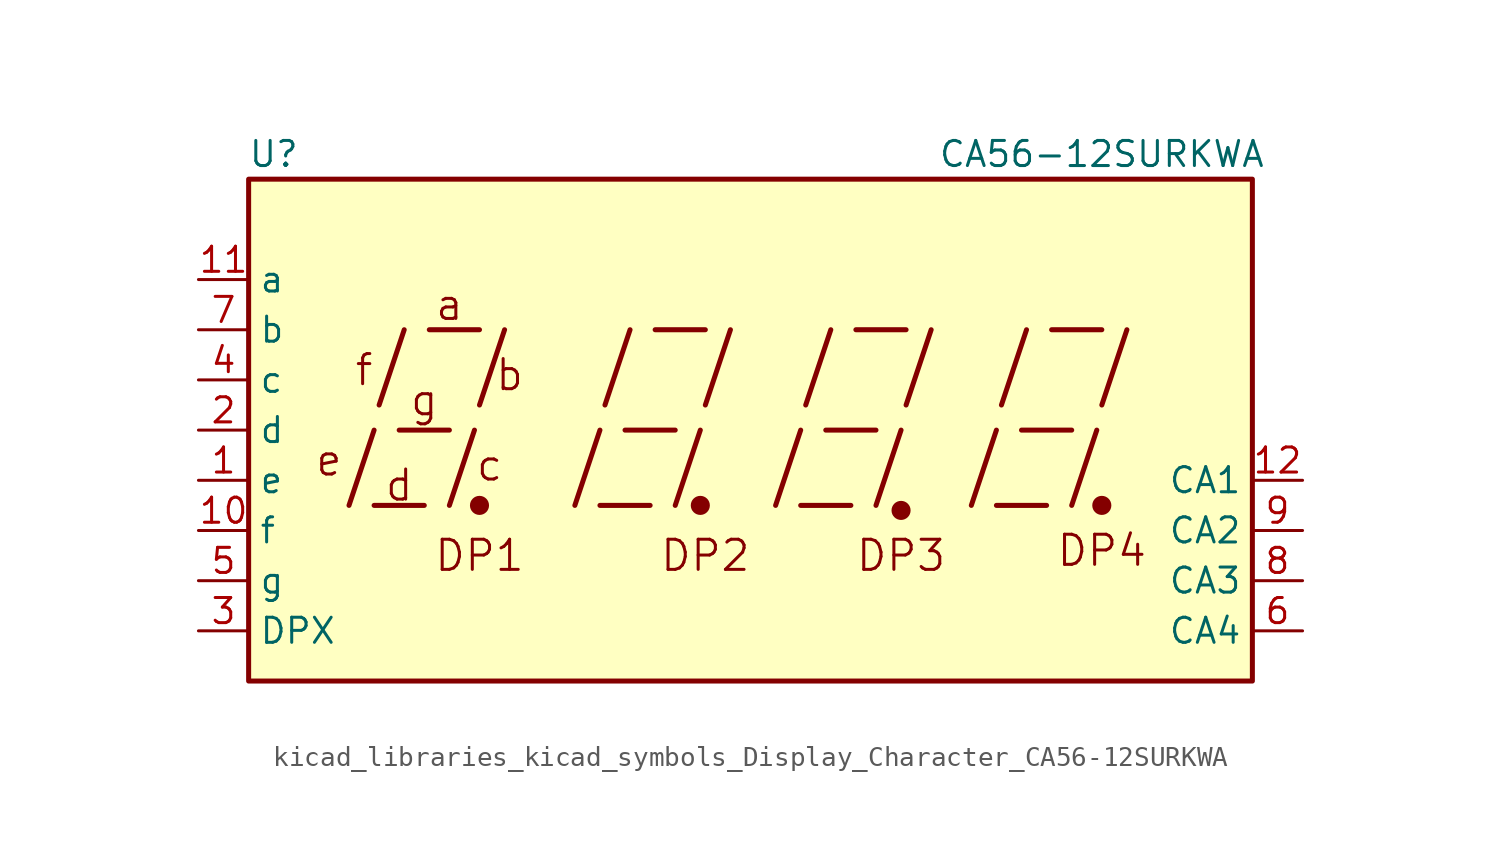
<source format=kicad_sym>
(kicad_symbol_lib
  (version 20220914)
  (generator kicad_symbol_editor)
  (symbol "kicad_libraries_kicad_symbols_Display_Character_CA56-12SURKWA"
    (property "Reference" "U"
      (at -24.13 13.97 0)
      (effects (font (size 1.27 1.27))))
    (property "Value" "CA56-12SURKWA"
      (at 17.78 13.97 0)
      (effects (font (size 1.27 1.27))))
    (symbol "kicad_libraries_kicad_symbols_Display_Character_CA56-12SURKWA_0_0"
      (rectangle (start -25.4 12.7) (end 25.4 -12.7) (stroke (width 0.254) (type default)) (fill (type background)))
      (polyline (pts (xy -20.32 -3.81) (xy -19.05 0)) (stroke (width 0.254) (type default)) (fill (type none)))
      (polyline (pts (xy -19.05 -3.81) (xy -16.51 -3.81)) (stroke (width 0.254) (type default)) (fill (type none)))
      (polyline (pts (xy -18.796 1.27) (xy -17.526 5.08)) (stroke (width 0.254) (type default)) (fill (type none)))
      (polyline (pts (xy -17.78 0) (xy -15.24 0)) (stroke (width 0.254) (type default)) (fill (type none)))
      (polyline (pts (xy -16.256 5.08) (xy -13.716 5.08)) (stroke (width 0.254) (type default)) (fill (type none)))
      (polyline (pts (xy -15.24 -3.81) (xy -13.97 0)) (stroke (width 0.254) (type default)) (fill (type none)))
      (polyline (pts (xy -13.716 1.27) (xy -12.446 5.08)) (stroke (width 0.254) (type default)) (fill (type none)))
      (polyline (pts (xy -8.89 -3.81) (xy -7.62 0)) (stroke (width 0.254) (type default)) (fill (type none)))
      (polyline (pts (xy -7.62 -3.81) (xy -5.08 -3.81)) (stroke (width 0.254) (type default)) (fill (type none)))
      (polyline (pts (xy -7.366 1.27) (xy -6.096 5.08)) (stroke (width 0.254) (type default)) (fill (type none)))
      (polyline (pts (xy -6.35 0) (xy -3.81 0)) (stroke (width 0.254) (type default)) (fill (type none)))
      (polyline (pts (xy -4.826 5.08) (xy -2.286 5.08)) (stroke (width 0.254) (type default)) (fill (type none)))
      (polyline (pts (xy -3.81 -3.81) (xy -2.54 0)) (stroke (width 0.254) (type default)) (fill (type none)))
      (polyline (pts (xy -2.286 1.27) (xy -1.016 5.08)) (stroke (width 0.254) (type default)) (fill (type none)))
      (polyline (pts (xy 1.27 -3.81) (xy 2.54 0)) (stroke (width 0.254) (type default)) (fill (type none)))
      (polyline (pts (xy 2.54 -3.81) (xy 5.08 -3.81)) (stroke (width 0.254) (type default)) (fill (type none)))
      (polyline (pts (xy 2.794 1.27) (xy 4.064 5.08)) (stroke (width 0.254) (type default)) (fill (type none)))
      (polyline (pts (xy 3.81 0) (xy 6.35 0)) (stroke (width 0.254) (type default)) (fill (type none)))
      (polyline (pts (xy 5.334 5.08) (xy 7.874 5.08)) (stroke (width 0.254) (type default)) (fill (type none)))
      (polyline (pts (xy 6.35 -3.81) (xy 7.62 0)) (stroke (width 0.254) (type default)) (fill (type none)))
      (polyline (pts (xy 7.874 1.27) (xy 9.144 5.08)) (stroke (width 0.254) (type default)) (fill (type none)))
      (polyline (pts (xy 11.176 -3.81) (xy 12.446 0)) (stroke (width 0.254) (type default)) (fill (type none)))
      (polyline (pts (xy 12.446 -3.81) (xy 14.986 -3.81)) (stroke (width 0.254) (type default)) (fill (type none)))
      (polyline (pts (xy 12.7 1.27) (xy 13.97 5.08)) (stroke (width 0.254) (type default)) (fill (type none)))
      (polyline (pts (xy 13.716 0) (xy 16.256 0)) (stroke (width 0.254) (type default)) (fill (type none)))
      (polyline (pts (xy 15.24 5.08) (xy 17.78 5.08)) (stroke (width 0.254) (type default)) (fill (type none)))
      (polyline (pts (xy 16.256 -3.81) (xy 17.526 0)) (stroke (width 0.254) (type default)) (fill (type none)))
      (polyline (pts (xy 17.78 1.27) (xy 19.05 5.08)) (stroke (width 0.254) (type default)) (fill (type none)))
      (text "a" (at -15.24 6.35 0) (effects (font (size 1.524 1.524))))
      (text "b" (at -12.192 2.794 0) (effects (font (size 1.524 1.524))))
      (text "c" (at -13.208 -1.778 0) (effects (font (size 1.524 1.524))))
      (text "d" (at -17.78 -2.794 0) (effects (font (size 1.524 1.524))))
      (text "DP1" (at -13.716 -6.35 0) (effects (font (size 1.524 1.524))))
      (text "DP2" (at -2.286 -6.35 0) (effects (font (size 1.524 1.524))))
      (text "DP3" (at 7.62 -6.35 0) (effects (font (size 1.524 1.524))))
      (text "DP4" (at 17.78 -6.096 0) (effects (font (size 1.524 1.524))))
      (text "e" (at -21.336 -1.524 0) (effects (font (size 1.524 1.524))))
      (text "f" (at -19.558 3.048 0) (effects (font (size 1.524 1.524))))
      (text "g" (at -16.51 1.524 0) (effects (font (size 1.524 1.524)))))
    (symbol "kicad_libraries_kicad_symbols_Display_Character_CA56-12SURKWA_0_1"
      (circle (center -13.716 -3.81) (radius 0.356) (stroke (width 0.254) (type default)) (fill (type outline)))
      (circle (center -2.54 -3.81) (radius 0.356) (stroke (width 0.254) (type default)) (fill (type outline))))
    (symbol "kicad_libraries_kicad_symbols_Display_Character_CA56-12SURKWA_1_0"
      (circle (center 7.62 -4.064) (radius 0.356) (stroke (width 0.254) (type default)) (fill (type outline)))
      (circle (center 17.78 -3.81) (radius 0.356) (stroke (width 0.254) (type default)) (fill (type outline))))
    (symbol "kicad_libraries_kicad_symbols_Display_Character_CA56-12SURKWA_1_1"
      (pin input line (at -27.94 -2.54 0) (length 2.54) (name "e" (effects (font (size 1.27 1.27)))) (number "1" (effects (font (size 1.27 1.27)))))
      (pin input line (at -27.94 -5.08 0) (length 2.54) (name "f" (effects (font (size 1.27 1.27)))) (number "10" (effects (font (size 1.27 1.27)))))
      (pin input line (at -27.94 7.62 0) (length 2.54) (name "a" (effects (font (size 1.27 1.27)))) (number "11" (effects (font (size 1.27 1.27)))))
      (pin input line (at 27.94 -2.54 180) (length 2.54) (name "CA1" (effects (font (size 1.27 1.27)))) (number "12" (effects (font (size 1.27 1.27)))))
      (pin input line (at -27.94 0 0) (length 2.54) (name "d" (effects (font (size 1.27 1.27)))) (number "2" (effects (font (size 1.27 1.27)))))
      (pin input line (at -27.94 -10.16 0) (length 2.54) (name "DPX" (effects (font (size 1.27 1.27)))) (number "3" (effects (font (size 1.27 1.27)))))
      (pin input line (at -27.94 2.54 0) (length 2.54) (name "c" (effects (font (size 1.27 1.27)))) (number "4" (effects (font (size 1.27 1.27)))))
      (pin input line (at -27.94 -7.62 0) (length 2.54) (name "g" (effects (font (size 1.27 1.27)))) (number "5" (effects (font (size 1.27 1.27)))))
      (pin input line (at 27.94 -10.16 180) (length 2.54) (name "CA4" (effects (font (size 1.27 1.27)))) (number "6" (effects (font (size 1.27 1.27)))))
      (pin input line (at -27.94 5.08 0) (length 2.54) (name "b" (effects (font (size 1.27 1.27)))) (number "7" (effects (font (size 1.27 1.27)))))
      (pin input line (at 27.94 -7.62 180) (length 2.54) (name "CA3" (effects (font (size 1.27 1.27)))) (number "8" (effects (font (size 1.27 1.27)))))
      (pin input line (at 27.94 -5.08 180) (length 2.54) (name "CA2" (effects (font (size 1.27 1.27)))) (number "9" (effects (font (size 1.27 1.27))))))))
</source>
